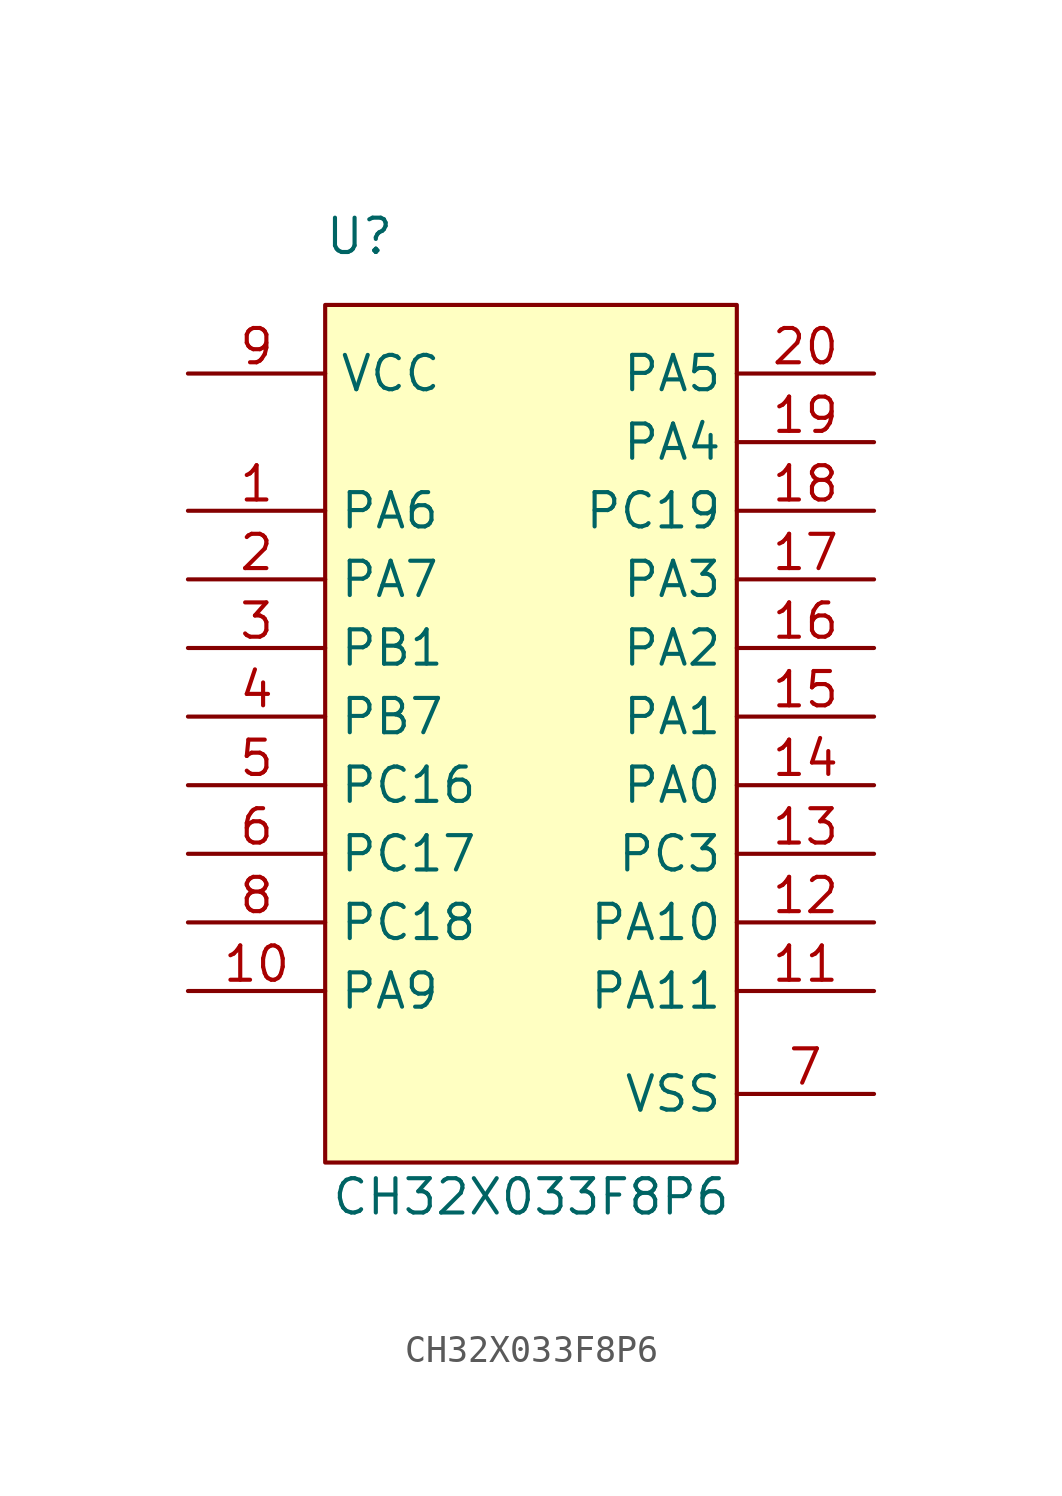
<source format=kicad_sym>
(kicad_symbol_lib
  (version 20220914)
  (generator kicad_symbol_editor)
  (symbol "CH32X033F8P6"
    (property "Reference" "U"
      (at -6.35 20.32 0)
      (effects (font (size 1.27 1.27))))
    (property "Value" "CH32X033F8P6"
      (at 0 -15.24 0)
      (effects (font (size 1.27 1.27))))
    (symbol "CH32X033F8P6_1_1"
      (rectangle (start -7.62 17.78) (end 7.62 -13.97) (stroke (width 0) (type default)) (fill (type background)))
      (pin input line (at -12.7 10.16 0) (length 5.08) (name "PA6" (effects (font (size 1.27 1.27)))) (number "1" (effects (font (size 1.27 1.27)))))
      (pin input line (at -12.7 -7.62 0) (length 5.08) (name "PA9" (effects (font (size 1.27 1.27)))) (number "10" (effects (font (size 1.27 1.27)))))
      (pin input line (at 12.7 -7.62 180) (length 5.08) (name "PA11" (effects (font (size 1.27 1.27)))) (number "11" (effects (font (size 1.27 1.27)))))
      (pin input line (at 12.7 -5.08 180) (length 5.08) (name "PA10" (effects (font (size 1.27 1.27)))) (number "12" (effects (font (size 1.27 1.27)))))
      (pin input line (at 12.7 -2.54 180) (length 5.08) (name "PC3" (effects (font (size 1.27 1.27)))) (number "13" (effects (font (size 1.27 1.27)))))
      (pin input line (at 12.7 0 180) (length 5.08) (name "PA0" (effects (font (size 1.27 1.27)))) (number "14" (effects (font (size 1.27 1.27)))))
      (pin input line (at 12.7 2.54 180) (length 5.08) (name "PA1" (effects (font (size 1.27 1.27)))) (number "15" (effects (font (size 1.27 1.27)))))
      (pin input line (at 12.7 5.08 180) (length 5.08) (name "PA2" (effects (font (size 1.27 1.27)))) (number "16" (effects (font (size 1.27 1.27)))))
      (pin input line (at 12.7 7.62 180) (length 5.08) (name "PA3" (effects (font (size 1.27 1.27)))) (number "17" (effects (font (size 1.27 1.27)))))
      (pin input line (at 12.7 10.16 180) (length 5.08) (name "PC19" (effects (font (size 1.27 1.27)))) (number "18" (effects (font (size 1.27 1.27)))))
      (pin input line (at 12.7 12.7 180) (length 5.08) (name "PA4" (effects (font (size 1.27 1.27)))) (number "19" (effects (font (size 1.27 1.27)))))
      (pin input line (at -12.7 7.62 0) (length 5.08) (name "PA7" (effects (font (size 1.27 1.27)))) (number "2" (effects (font (size 1.27 1.27)))))
      (pin input line (at 12.7 15.24 180) (length 5.08) (name "PA5" (effects (font (size 1.27 1.27)))) (number "20" (effects (font (size 1.27 1.27)))))
      (pin input line (at -12.7 5.08 0) (length 5.08) (name "PB1" (effects (font (size 1.27 1.27)))) (number "3" (effects (font (size 1.27 1.27)))))
      (pin input line (at -12.7 2.54 0) (length 5.08) (name "PB7" (effects (font (size 1.27 1.27)))) (number "4" (effects (font (size 1.27 1.27)))))
      (pin input line (at -12.7 0 0) (length 5.08) (name "PC16" (effects (font (size 1.27 1.27)))) (number "5" (effects (font (size 1.27 1.27)))))
      (pin input line (at -12.7 -2.54 0) (length 5.08) (name "PC17" (effects (font (size 1.27 1.27)))) (number "6" (effects (font (size 1.27 1.27)))))
      (pin input line (at 12.7 -11.43 180) (length 5.08) (name "VSS" (effects (font (size 1.27 1.27)))) (number "7" (effects (font (size 1.27 1.27)))))
      (pin input line (at -12.7 -5.08 0) (length 5.08) (name "PC18" (effects (font (size 1.27 1.27)))) (number "8" (effects (font (size 1.27 1.27)))))
      (pin input line (at -12.7 15.24 0) (length 5.08) (name "VCC" (effects (font (size 1.27 1.27)))) (number "9" (effects (font (size 1.27 1.27))))))))
</source>
